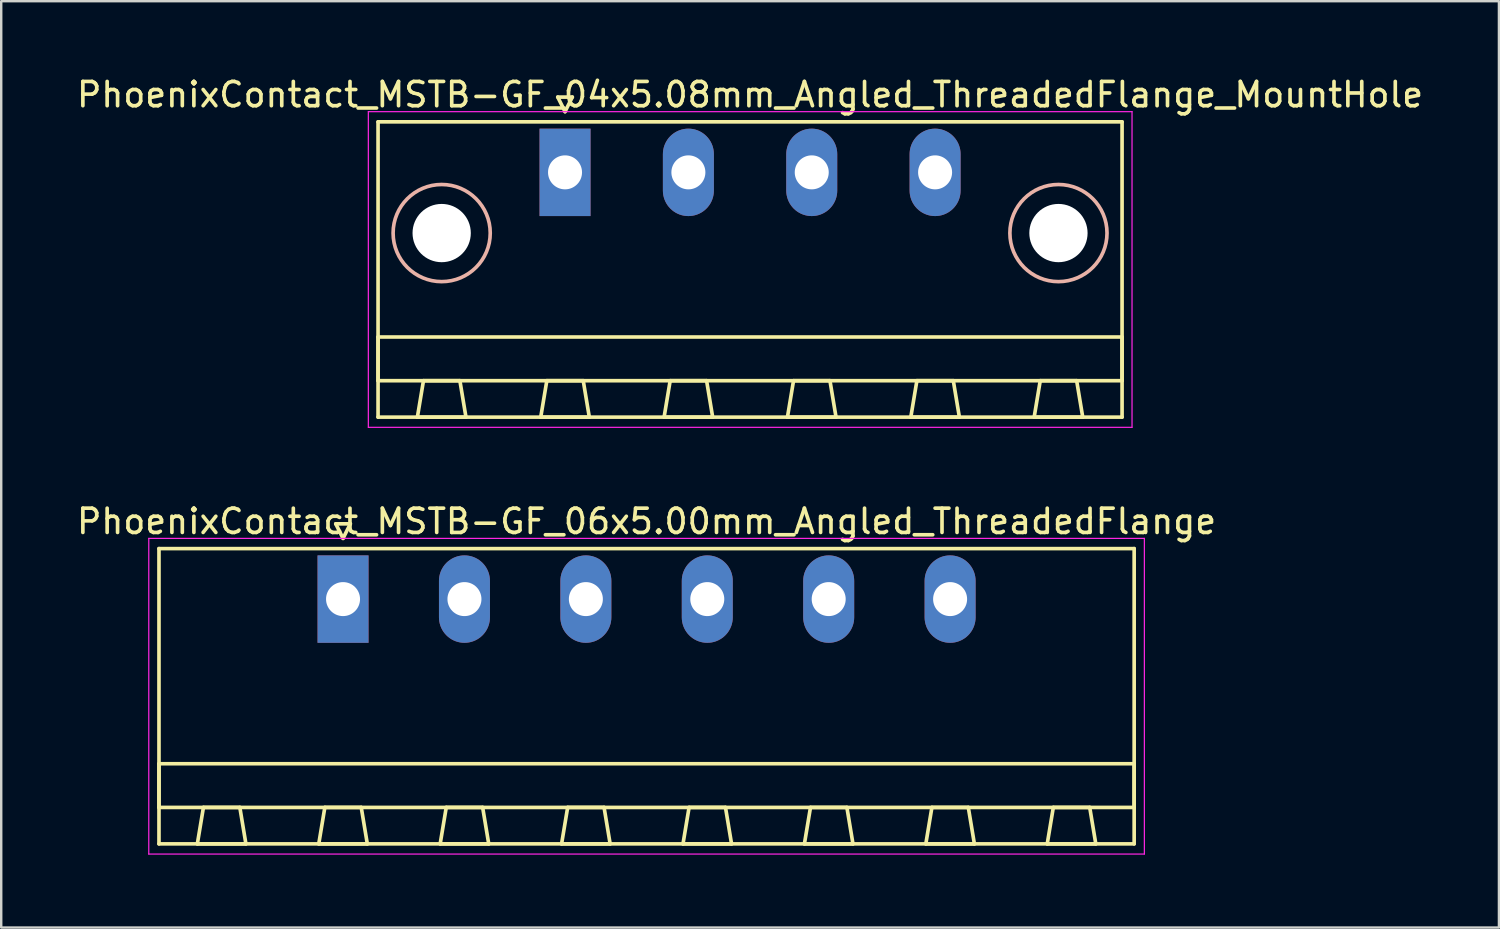
<source format=kicad_pcb>
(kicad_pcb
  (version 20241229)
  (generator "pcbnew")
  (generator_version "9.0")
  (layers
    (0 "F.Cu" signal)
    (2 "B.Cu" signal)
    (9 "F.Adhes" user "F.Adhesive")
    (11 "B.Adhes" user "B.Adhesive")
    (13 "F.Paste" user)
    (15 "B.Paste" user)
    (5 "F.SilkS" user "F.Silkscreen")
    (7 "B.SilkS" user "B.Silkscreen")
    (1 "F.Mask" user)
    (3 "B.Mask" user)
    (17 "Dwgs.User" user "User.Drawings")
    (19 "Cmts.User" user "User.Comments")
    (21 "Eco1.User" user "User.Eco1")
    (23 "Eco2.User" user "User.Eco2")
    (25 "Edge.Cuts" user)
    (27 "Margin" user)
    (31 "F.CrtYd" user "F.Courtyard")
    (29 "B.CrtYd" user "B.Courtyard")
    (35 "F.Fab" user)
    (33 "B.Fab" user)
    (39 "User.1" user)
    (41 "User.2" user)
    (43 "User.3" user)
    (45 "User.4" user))
  (footprint "PhoenixContact_MSTB-GF_04x5.08mm_Angled_ThreadedFlange_MountHole"
    (layer "F.Cu")
    (at 20.219 4.048)
    (property "Reference" "PhoenixContact_MSTB-GF_04x5.08mm_Angled_ThreadedFlange_MountHole" (at 7.62 -3.2 0) (layer "F.SilkS") (effects (font (size 1 1) (thickness 0.15))))
    (attr through_hole)
    (fp_line (start -7.7 -2.08) (end -7.7 10.08) (stroke (width 0.15) (type solid)) (layer "F.SilkS"))
    (fp_line (start -7.7 6.78) (end 22.94 6.78) (stroke (width 0.15) (type solid)) (layer "F.SilkS"))
    (fp_line (start -7.7 8.58) (end -7.7 6.78) (stroke (width 0.15) (type solid)) (layer "F.SilkS"))
    (fp_line (start -7.7 10.08) (end 22.94 10.08) (stroke (width 0.15) (type solid)) (layer "F.SilkS"))
    (fp_line (start -6.08 10.08) (end -4.08 10.08) (stroke (width 0.15) (type solid)) (layer "F.SilkS"))
    (fp_line (start -5.83 8.58) (end -6.08 10.08) (stroke (width 0.15) (type solid)) (layer "F.SilkS"))
    (fp_line (start -4.33 8.58) (end -5.83 8.58) (stroke (width 0.15) (type solid)) (layer "F.SilkS"))
    (fp_line (start -4.08 10.08) (end -4.33 8.58) (stroke (width 0.15) (type solid)) (layer "F.SilkS"))
    (fp_line (start -1 10.08) (end 1 10.08) (stroke (width 0.15) (type solid)) (layer "F.SilkS"))
    (fp_line (start -0.75 8.58) (end -1 10.08) (stroke (width 0.15) (type solid)) (layer "F.SilkS"))
    (fp_line (start -0.3 -3.1) (end 0 -2.5) (stroke (width 0.15) (type solid)) (layer "F.SilkS"))
    (fp_line (start 0 -2.5) (end 0.3 -3.1) (stroke (width 0.15) (type solid)) (layer "F.SilkS"))
    (fp_line (start 0.3 -3.1) (end -0.3 -3.1) (stroke (width 0.15) (type solid)) (layer "F.SilkS"))
    (fp_line (start 0.75 8.58) (end -0.75 8.58) (stroke (width 0.15) (type solid)) (layer "F.SilkS"))
    (fp_line (start 1 10.08) (end 0.75 8.58) (stroke (width 0.15) (type solid)) (layer "F.SilkS"))
    (fp_line (start 4.08 10.08) (end 6.08 10.08) (stroke (width 0.15) (type solid)) (layer "F.SilkS"))
    (fp_line (start 4.33 8.58) (end 4.08 10.08) (stroke (width 0.15) (type solid)) (layer "F.SilkS"))
    (fp_line (start 5.83 8.58) (end 4.33 8.58) (stroke (width 0.15) (type solid)) (layer "F.SilkS"))
    (fp_line (start 6.08 10.08) (end 5.83 8.58) (stroke (width 0.15) (type solid)) (layer "F.SilkS"))
    (fp_line (start 9.16 10.08) (end 11.16 10.08) (stroke (width 0.15) (type solid)) (layer "F.SilkS"))
    (fp_line (start 9.41 8.58) (end 9.16 10.08) (stroke (width 0.15) (type solid)) (layer "F.SilkS"))
    (fp_line (start 10.91 8.58) (end 9.41 8.58) (stroke (width 0.15) (type solid)) (layer "F.SilkS"))
    (fp_line (start 11.16 10.08) (end 10.91 8.58) (stroke (width 0.15) (type solid)) (layer "F.SilkS"))
    (fp_line (start 14.24 10.08) (end 16.24 10.08) (stroke (width 0.15) (type solid)) (layer "F.SilkS"))
    (fp_line (start 14.49 8.58) (end 14.24 10.08) (stroke (width 0.15) (type solid)) (layer "F.SilkS"))
    (fp_line (start 15.99 8.58) (end 14.49 8.58) (stroke (width 0.15) (type solid)) (layer "F.SilkS"))
    (fp_line (start 16.24 10.08) (end 15.99 8.58) (stroke (width 0.15) (type solid)) (layer "F.SilkS"))
    (fp_line (start 19.32 10.08) (end 21.32 10.08) (stroke (width 0.15) (type solid)) (layer "F.SilkS"))
    (fp_line (start 19.57 8.58) (end 19.32 10.08) (stroke (width 0.15) (type solid)) (layer "F.SilkS"))
    (fp_line (start 21.07 8.58) (end 19.57 8.58) (stroke (width 0.15) (type solid)) (layer "F.SilkS"))
    (fp_line (start 21.32 10.08) (end 21.07 8.58) (stroke (width 0.15) (type solid)) (layer "F.SilkS"))
    (fp_line (start 22.94 -2.08) (end -7.7 -2.08) (stroke (width 0.15) (type solid)) (layer "F.SilkS"))
    (fp_line (start 22.94 6.78) (end 22.94 8.58) (stroke (width 0.15) (type solid)) (layer "F.SilkS"))
    (fp_line (start 22.94 8.58) (end -7.7 8.58) (stroke (width 0.15) (type solid)) (layer "F.SilkS"))
    (fp_line (start 22.94 10.08) (end 22.94 -2.08) (stroke (width 0.15) (type solid)) (layer "F.SilkS"))
    (fp_circle (center -5.08 2.5) (end -3.08 2.5) (stroke (width 0.15) (type solid)) (fill no) (layer "B.SilkS"))
    (fp_circle (center 20.32 2.5) (end 22.32 2.5) (stroke (width 0.15) (type solid)) (fill no) (layer "B.SilkS"))
    (fp_line (start -8.1 -2.5) (end -8.1 10.5) (stroke (width 0.05) (type solid)) (layer "F.CrtYd"))
    (fp_line (start -8.1 10.5) (end 23.35 10.5) (stroke (width 0.05) (type solid)) (layer "F.CrtYd"))
    (fp_line (start 23.35 -2.5) (end -8.1 -2.5) (stroke (width 0.05) (type solid)) (layer "F.CrtYd"))
    (fp_line (start 23.35 10.5) (end 23.35 -2.5) (stroke (width 0.05) (type solid)) (layer "F.CrtYd"))
    (pad "" np_thru_hole circle (at -5.08 2.5) (size 2.4 2.4) (drill 2.4) (layers "*.Cu" "*.Mask"))
    (pad "" np_thru_hole circle (at 20.32 2.5) (size 2.4 2.4) (drill 2.4) (layers "*.Cu" "*.Mask"))
    (pad "1" thru_hole rect (at 0 0) (size 2.1 3.6) (drill 1.4) (layers "*.Cu" "*.Mask"))
    (pad "2" thru_hole oval (at 5.08 0) (size 2.1 3.6) (drill 1.4) (layers "*.Cu" "*.Mask"))
    (pad "3" thru_hole oval (at 10.16 0) (size 2.1 3.6) (drill 1.4) (layers "*.Cu" "*.Mask"))
    (pad "4" thru_hole oval (at 15.24 0) (size 2.1 3.6) (drill 1.4) (layers "*.Cu" "*.Mask")))
  (footprint "PhoenixContact_MSTB-GF_06x5.00mm_Angled_ThreadedFlange"
    (layer "F.Cu")
    (at 11.077 21.622)
    (property "Reference" "PhoenixContact_MSTB-GF_06x5.00mm_Angled_ThreadedFlange" (at 12.5 -3.2 0) (layer "F.SilkS") (effects (font (size 1 1) (thickness 0.15))))
    (attr through_hole)
    (fp_line (start -7.58 -2.08) (end -7.58 10.08) (stroke (width 0.15) (type solid)) (layer "F.SilkS"))
    (fp_line (start -7.58 6.78) (end 32.58 6.78) (stroke (width 0.15) (type solid)) (layer "F.SilkS"))
    (fp_line (start -7.58 8.58) (end -7.58 6.78) (stroke (width 0.15) (type solid)) (layer "F.SilkS"))
    (fp_line (start -7.58 10.08) (end 32.58 10.08) (stroke (width 0.15) (type solid)) (layer "F.SilkS"))
    (fp_line (start -6 10.08) (end -4 10.08) (stroke (width 0.15) (type solid)) (layer "F.SilkS"))
    (fp_line (start -5.75 8.58) (end -6 10.08) (stroke (width 0.15) (type solid)) (layer "F.SilkS"))
    (fp_line (start -4.25 8.58) (end -5.75 8.58) (stroke (width 0.15) (type solid)) (layer "F.SilkS"))
    (fp_line (start -4 10.08) (end -4.25 8.58) (stroke (width 0.15) (type solid)) (layer "F.SilkS"))
    (fp_line (start -1 10.08) (end 1 10.08) (stroke (width 0.15) (type solid)) (layer "F.SilkS"))
    (fp_line (start -0.75 8.58) (end -1 10.08) (stroke (width 0.15) (type solid)) (layer "F.SilkS"))
    (fp_line (start -0.3 -3.1) (end 0 -2.5) (stroke (width 0.15) (type solid)) (layer "F.SilkS"))
    (fp_line (start 0 -2.5) (end 0.3 -3.1) (stroke (width 0.15) (type solid)) (layer "F.SilkS"))
    (fp_line (start 0.3 -3.1) (end -0.3 -3.1) (stroke (width 0.15) (type solid)) (layer "F.SilkS"))
    (fp_line (start 0.75 8.58) (end -0.75 8.58) (stroke (width 0.15) (type solid)) (layer "F.SilkS"))
    (fp_line (start 1 10.08) (end 0.75 8.58) (stroke (width 0.15) (type solid)) (layer "F.SilkS"))
    (fp_line (start 4 10.08) (end 6 10.08) (stroke (width 0.15) (type solid)) (layer "F.SilkS"))
    (fp_line (start 4.25 8.58) (end 4 10.08) (stroke (width 0.15) (type solid)) (layer "F.SilkS"))
    (fp_line (start 5.75 8.58) (end 4.25 8.58) (stroke (width 0.15) (type solid)) (layer "F.SilkS"))
    (fp_line (start 6 10.08) (end 5.75 8.58) (stroke (width 0.15) (type solid)) (layer "F.SilkS"))
    (fp_line (start 9 10.08) (end 11 10.08) (stroke (width 0.15) (type solid)) (layer "F.SilkS"))
    (fp_line (start 9.25 8.58) (end 9 10.08) (stroke (width 0.15) (type solid)) (layer "F.SilkS"))
    (fp_line (start 10.75 8.58) (end 9.25 8.58) (stroke (width 0.15) (type solid)) (layer "F.SilkS"))
    (fp_line (start 11 10.08) (end 10.75 8.58) (stroke (width 0.15) (type solid)) (layer "F.SilkS"))
    (fp_line (start 14 10.08) (end 16 10.08) (stroke (width 0.15) (type solid)) (layer "F.SilkS"))
    (fp_line (start 14.25 8.58) (end 14 10.08) (stroke (width 0.15) (type solid)) (layer "F.SilkS"))
    (fp_line (start 15.75 8.58) (end 14.25 8.58) (stroke (width 0.15) (type solid)) (layer "F.SilkS"))
    (fp_line (start 16 10.08) (end 15.75 8.58) (stroke (width 0.15) (type solid)) (layer "F.SilkS"))
    (fp_line (start 19 10.08) (end 21 10.08) (stroke (width 0.15) (type solid)) (layer "F.SilkS"))
    (fp_line (start 19.25 8.58) (end 19 10.08) (stroke (width 0.15) (type solid)) (layer "F.SilkS"))
    (fp_line (start 20.75 8.58) (end 19.25 8.58) (stroke (width 0.15) (type solid)) (layer "F.SilkS"))
    (fp_line (start 21 10.08) (end 20.75 8.58) (stroke (width 0.15) (type solid)) (layer "F.SilkS"))
    (fp_line (start 24 10.08) (end 26 10.08) (stroke (width 0.15) (type solid)) (layer "F.SilkS"))
    (fp_line (start 24.25 8.58) (end 24 10.08) (stroke (width 0.15) (type solid)) (layer "F.SilkS"))
    (fp_line (start 25.75 8.58) (end 24.25 8.58) (stroke (width 0.15) (type solid)) (layer "F.SilkS"))
    (fp_line (start 26 10.08) (end 25.75 8.58) (stroke (width 0.15) (type solid)) (layer "F.SilkS"))
    (fp_line (start 29 10.08) (end 31 10.08) (stroke (width 0.15) (type solid)) (layer "F.SilkS"))
    (fp_line (start 29.25 8.58) (end 29 10.08) (stroke (width 0.15) (type solid)) (layer "F.SilkS"))
    (fp_line (start 30.75 8.58) (end 29.25 8.58) (stroke (width 0.15) (type solid)) (layer "F.SilkS"))
    (fp_line (start 31 10.08) (end 30.75 8.58) (stroke (width 0.15) (type solid)) (layer "F.SilkS"))
    (fp_line (start 32.58 -2.08) (end -7.58 -2.08) (stroke (width 0.15) (type solid)) (layer "F.SilkS"))
    (fp_line (start 32.58 6.78) (end 32.58 8.58) (stroke (width 0.15) (type solid)) (layer "F.SilkS"))
    (fp_line (start 32.58 8.58) (end -7.58 8.58) (stroke (width 0.15) (type solid)) (layer "F.SilkS"))
    (fp_line (start 32.58 10.08) (end 32.58 -2.08) (stroke (width 0.15) (type solid)) (layer "F.SilkS"))
    (fp_line (start -8 -2.5) (end -8 10.5) (stroke (width 0.05) (type solid)) (layer "F.CrtYd"))
    (fp_line (start -8 10.5) (end 33 10.5) (stroke (width 0.05) (type solid)) (layer "F.CrtYd"))
    (fp_line (start 33 -2.5) (end -8 -2.5) (stroke (width 0.05) (type solid)) (layer "F.CrtYd"))
    (fp_line (start 33 10.5) (end 33 -2.5) (stroke (width 0.05) (type solid)) (layer "F.CrtYd"))
    (pad "1" thru_hole rect (at 0 0) (size 2.1 3.6) (drill 1.4) (layers "*.Cu" "*.Mask"))
    (pad "2" thru_hole oval (at 5 0) (size 2.1 3.6) (drill 1.4) (layers "*.Cu" "*.Mask"))
    (pad "3" thru_hole oval (at 10 0) (size 2.1 3.6) (drill 1.4) (layers "*.Cu" "*.Mask"))
    (pad "4" thru_hole oval (at 15 0) (size 2.1 3.6) (drill 1.4) (layers "*.Cu" "*.Mask"))
    (pad "5" thru_hole oval (at 20 0) (size 2.1 3.6) (drill 1.4) (layers "*.Cu" "*.Mask"))
    (pad "6" thru_hole oval (at 25 0) (size 2.1 3.6) (drill 1.4) (layers "*.Cu" "*.Mask")))
  (gr_rect
    (start -3 -3)
    (end 58.679 35.147)
    (stroke (width 0.1) (type default))
    (fill no)
    (layer "Edge.Cuts")))
</source>
